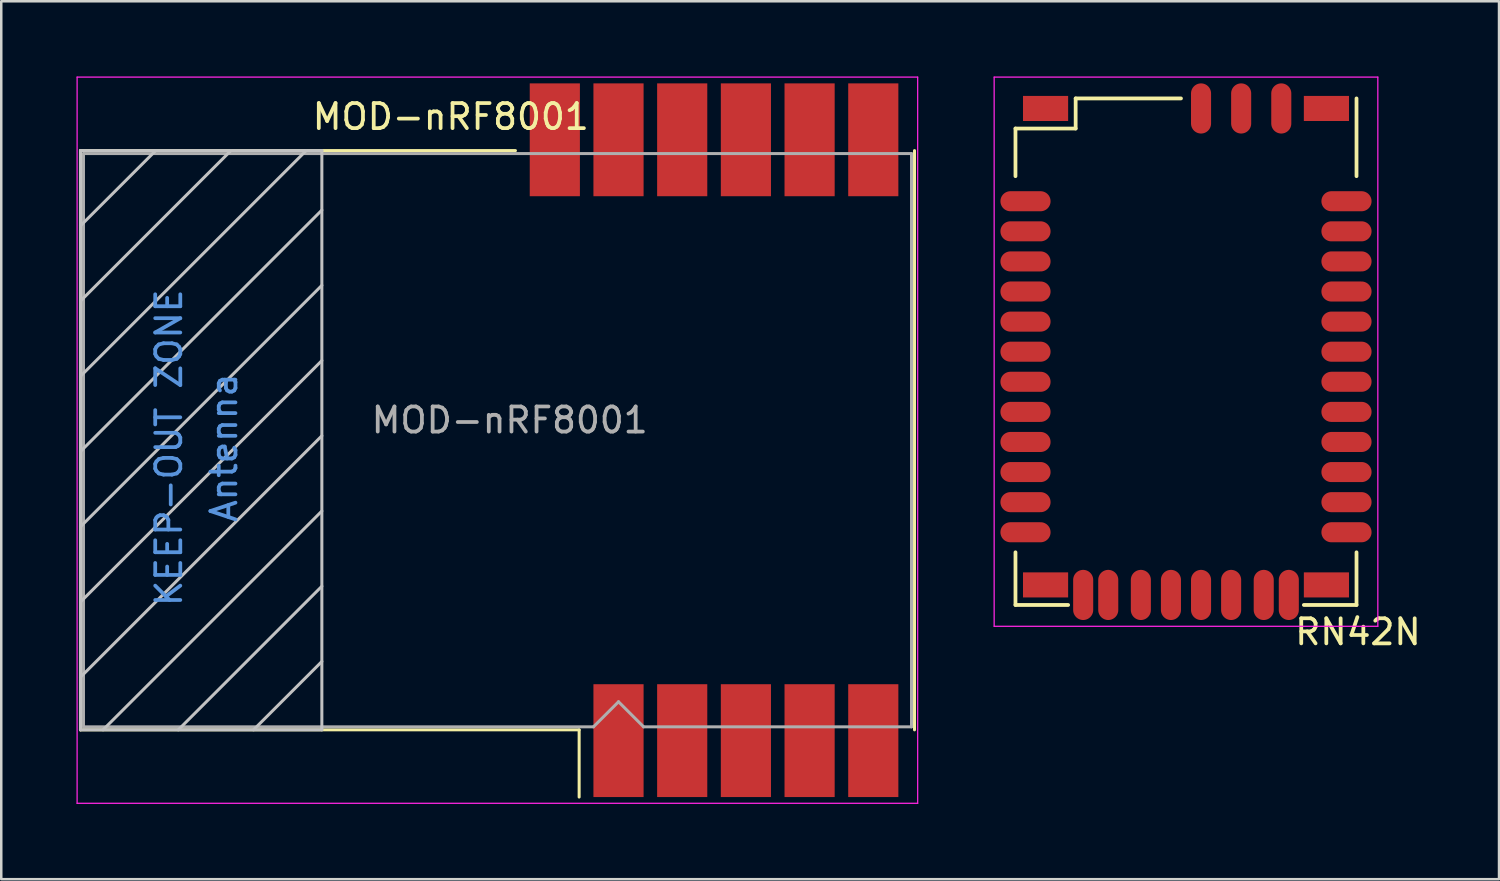
<source format=kicad_pcb>
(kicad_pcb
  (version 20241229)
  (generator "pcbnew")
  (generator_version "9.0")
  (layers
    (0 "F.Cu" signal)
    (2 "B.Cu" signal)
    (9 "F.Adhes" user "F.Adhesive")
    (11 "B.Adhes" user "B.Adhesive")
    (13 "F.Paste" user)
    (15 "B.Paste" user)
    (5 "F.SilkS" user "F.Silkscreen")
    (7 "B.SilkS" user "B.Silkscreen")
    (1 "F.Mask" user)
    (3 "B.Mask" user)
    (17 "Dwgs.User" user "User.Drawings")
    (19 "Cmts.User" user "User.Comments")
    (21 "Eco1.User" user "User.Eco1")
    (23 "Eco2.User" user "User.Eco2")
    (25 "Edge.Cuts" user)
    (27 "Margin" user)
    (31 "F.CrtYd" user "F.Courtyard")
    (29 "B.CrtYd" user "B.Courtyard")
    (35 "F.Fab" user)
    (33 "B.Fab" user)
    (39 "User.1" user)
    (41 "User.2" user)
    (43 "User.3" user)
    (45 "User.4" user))
  (footprint "RN42N"
    (layer "F.Cu")
    (at 44.245 10.975)
    (property "Reference" "RN42N" (at 6.858 11.176 0) (layer "F.SilkS") (effects (font (size 1 1) (thickness 0.15))))
    (attr smd)
    (fp_line (start -6.8 -8.9) (end -4.4 -8.9) (stroke (width 0.15) (type solid)) (layer "F.SilkS"))
    (fp_line (start -6.8 -7) (end -6.8 -8.9) (stroke (width 0.15) (type solid)) (layer "F.SilkS"))
    (fp_line (start -6.8 10.1) (end -6.8 8) (stroke (width 0.15) (type solid)) (layer "F.SilkS"))
    (fp_line (start -4.7 10.1) (end -6.8 10.1) (stroke (width 0.15) (type solid)) (layer "F.SilkS"))
    (fp_line (start -4.4 -10.1) (end -4.4 -8.9) (stroke (width 0.15) (type solid)) (layer "F.SilkS"))
    (fp_line (start -4.4 -10.1) (end -0.2 -10.1) (stroke (width 0.15) (type solid)) (layer "F.SilkS"))
    (fp_line (start 4.7 10.1) (end 6.8 10.1) (stroke (width 0.15) (type solid)) (layer "F.SilkS"))
    (fp_line (start 6.8 -10.1) (end 6.8 -7) (stroke (width 0.15) (type solid)) (layer "F.SilkS"))
    (fp_line (start 6.8 10.1) (end 6.8 8) (stroke (width 0.15) (type solid)) (layer "F.SilkS"))
    (fp_line (start -7.65 -10.95) (end 7.65 -10.95) (stroke (width 0.05) (type solid)) (layer "F.CrtYd"))
    (fp_line (start -7.65 10.95) (end -7.65 -10.95) (stroke (width 0.05) (type solid)) (layer "F.CrtYd"))
    (fp_line (start 7.65 -10.95) (end 7.65 10.95) (stroke (width 0.05) (type solid)) (layer "F.CrtYd"))
    (fp_line (start 7.65 10.95) (end -7.65 10.95) (stroke (width 0.05) (type solid)) (layer "F.CrtYd"))
    (pad "1" smd oval (at -6.4 -6) (size 2 0.8) (layers "F.Cu" "F.Mask" "F.Paste"))
    (pad "2" smd oval (at -6.4 -4.8) (size 2 0.8) (layers "F.Cu" "F.Mask" "F.Paste"))
    (pad "3" smd oval (at -6.4 -3.6) (size 2 0.8) (layers "F.Cu" "F.Mask" "F.Paste"))
    (pad "4" smd oval (at -6.4 -2.4) (size 2 0.8) (layers "F.Cu" "F.Mask" "F.Paste"))
    (pad "5" smd oval (at -6.4 -1.2) (size 2 0.8) (layers "F.Cu" "F.Mask" "F.Paste"))
    (pad "6" smd oval (at -6.4 0) (size 2 0.8) (layers "F.Cu" "F.Mask" "F.Paste"))
    (pad "7" smd oval (at -6.4 1.2) (size 2 0.8) (layers "F.Cu" "F.Mask" "F.Paste"))
    (pad "8" smd oval (at -6.4 2.4) (size 2 0.8) (layers "F.Cu" "F.Mask" "F.Paste"))
    (pad "9" smd oval (at -6.4 3.6) (size 2 0.8) (layers "F.Cu" "F.Mask" "F.Paste"))
    (pad "10" smd oval (at -6.4 4.8) (size 2 0.8) (layers "F.Cu" "F.Mask" "F.Paste"))
    (pad "11" smd oval (at -6.4 6) (size 2 0.8) (layers "F.Cu" "F.Mask" "F.Paste"))
    (pad "12" smd oval (at -6.4 7.2) (size 2 0.8) (layers "F.Cu" "F.Mask" "F.Paste"))
    (pad "13" smd oval (at 6.4 7.2) (size 2 0.8) (layers "F.Cu" "F.Mask" "F.Paste"))
    (pad "14" smd oval (at 6.4 6) (size 2 0.8) (layers "F.Cu" "F.Mask" "F.Paste"))
    (pad "15" smd oval (at 6.4 4.8) (size 2 0.8) (layers "F.Cu" "F.Mask" "F.Paste"))
    (pad "16" smd oval (at 6.4 3.6) (size 2 0.8) (layers "F.Cu" "F.Mask" "F.Paste"))
    (pad "17" smd oval (at 6.4 2.4) (size 2 0.8) (layers "F.Cu" "F.Mask" "F.Paste"))
    (pad "18" smd oval (at 6.4 1.2) (size 2 0.8) (layers "F.Cu" "F.Mask" "F.Paste"))
    (pad "19" smd oval (at 6.4 0) (size 2 0.8) (layers "F.Cu" "F.Mask" "F.Paste"))
    (pad "20" smd oval (at 6.4 -1.2) (size 2 0.8) (layers "F.Cu" "F.Mask" "F.Paste"))
    (pad "21" smd oval (at 6.4 -2.4) (size 2 0.8) (layers "F.Cu" "F.Mask" "F.Paste"))
    (pad "22" smd oval (at 6.4 -3.6) (size 2 0.8) (layers "F.Cu" "F.Mask" "F.Paste"))
    (pad "23" smd oval (at 6.4 -4.8) (size 2 0.8) (layers "F.Cu" "F.Mask" "F.Paste"))
    (pad "24" smd oval (at 6.4 -6) (size 2 0.8) (layers "F.Cu" "F.Mask" "F.Paste"))
    (pad "25" smd oval (at 3.8 -9.7 90) (size 2 0.8) (layers "F.Cu" "F.Mask" "F.Paste"))
    (pad "26" smd oval (at 2.2 -9.7 90) (size 2 0.8) (layers "F.Cu" "F.Mask" "F.Paste"))
    (pad "27" smd oval (at 0.6 -9.7 90) (size 2 0.8) (layers "F.Cu" "F.Mask" "F.Paste"))
    (pad "28" smd oval (at 3.1 9.7 90) (size 2 0.8) (layers "F.Cu" "F.Mask" "F.Paste"))
    (pad "29" smd oval (at -3.1 9.7 90) (size 2 0.8) (layers "F.Cu" "F.Mask" "F.Paste"))
    (pad "30" smd oval (at 4.1 9.7 90) (size 2 0.8) (layers "F.Cu" "F.Mask" "F.Paste"))
    (pad "31" smd oval (at 1.8 9.7 90) (size 2 0.8) (layers "F.Cu" "F.Mask" "F.Paste"))
    (pad "32" smd oval (at 0.6 9.7 90) (size 2 0.8) (layers "F.Cu" "F.Mask" "F.Paste"))
    (pad "33" smd oval (at -0.6 9.7 90) (size 2 0.8) (layers "F.Cu" "F.Mask" "F.Paste"))
    (pad "34" smd oval (at -1.8 9.7 90) (size 2 0.8) (layers "F.Cu" "F.Mask" "F.Paste"))
    (pad "35" smd oval (at -4.1 9.7 90) (size 2 0.8) (layers "F.Cu" "F.Mask" "F.Paste"))
    (pad "36" smd rect (at -5.6 -9.7) (size 1.8 1) (layers "F.Cu" "F.Mask" "F.Paste"))
    (pad "36" smd rect (at -5.6 9.3) (size 1.8 1) (layers "F.Cu" "F.Mask" "F.Paste"))
    (pad "36" smd rect (at 5.6 -9.7) (size 1.8 1) (layers "F.Cu" "F.Mask" "F.Paste"))
    (pad "36" smd rect (at 5.6 9.3) (size 1.8 1) (layers "F.Cu" "F.Mask" "F.Paste")))
  (footprint "MOD-nRF8001"
    (layer "F.Cu")
    (at 16.785 14.505)
    (property "Reference" "MOD-nRF8001" (at -1.86 -12.9 0) (layer "F.SilkS") (effects (font (size 1 1) (thickness 0.15))))
    (attr smd)
    (fp_line (start -16.626 -11.55) (end 0.72 -11.55) (stroke (width 0.12) (type solid)) (layer "F.SilkS"))
    (fp_line (start -16.626 11.55) (end -16.626 -11.55) (stroke (width 0.12) (type solid)) (layer "F.SilkS"))
    (fp_line (start 3.26 11.55) (end -16.626 11.55) (stroke (width 0.12) (type solid)) (layer "F.SilkS"))
    (fp_line (start 3.26 11.55) (end 3.26 14.23) (stroke (width 0.12) (type solid)) (layer "F.SilkS"))
    (fp_line (start 16.634 -11.55) (end 16.634 11.55) (stroke (width 0.12) (type solid)) (layer "F.SilkS"))
    (fp_line (start -16.626 -11.55) (end -7 -11.55) (stroke (width 0.12) (type solid)) (layer "Dwgs.User"))
    (fp_line (start -16.626 -8.55) (end -13.626 -11.55) (stroke (width 0.12) (type solid)) (layer "Dwgs.User"))
    (fp_line (start -16.626 -5.55) (end -10.626 -11.55) (stroke (width 0.12) (type solid)) (layer "Dwgs.User"))
    (fp_line (start -16.626 -2.55) (end -7.626 -11.55) (stroke (width 0.12) (type solid)) (layer "Dwgs.User"))
    (fp_line (start -16.626 0.45) (end -7 -9.176) (stroke (width 0.12) (type solid)) (layer "Dwgs.User"))
    (fp_line (start -16.626 3.45) (end -7 -6.176) (stroke (width 0.12) (type solid)) (layer "Dwgs.User"))
    (fp_line (start -16.626 6.45) (end -7 -3.176) (stroke (width 0.12) (type solid)) (layer "Dwgs.User"))
    (fp_line (start -16.626 9.45) (end -7 -0.176) (stroke (width 0.12) (type solid)) (layer "Dwgs.User"))
    (fp_line (start -16.626 11.55) (end -16.626 -11.55) (stroke (width 0.12) (type solid)) (layer "Dwgs.User"))
    (fp_line (start -15.726 11.55) (end -7 2.824) (stroke (width 0.12) (type solid)) (layer "Dwgs.User"))
    (fp_line (start -12.726 11.55) (end -7 5.824) (stroke (width 0.12) (type solid)) (layer "Dwgs.User"))
    (fp_line (start -9.726 11.55) (end -7 8.824) (stroke (width 0.12) (type solid)) (layer "Dwgs.User"))
    (fp_line (start -7 -11.55) (end -7 11.55) (stroke (width 0.12) (type solid)) (layer "Dwgs.User"))
    (fp_line (start -7 11.55) (end -16.626 11.55) (stroke (width 0.12) (type solid)) (layer "Dwgs.User"))
    (fp_line (start -16.76 -14.48) (end 16.76 -14.48) (stroke (width 0.05) (type solid)) (layer "F.CrtYd"))
    (fp_line (start -16.76 14.48) (end -16.76 -14.48) (stroke (width 0.05) (type solid)) (layer "F.CrtYd"))
    (fp_line (start 16.76 -14.48) (end 16.76 14.48) (stroke (width 0.05) (type solid)) (layer "F.CrtYd"))
    (fp_line (start 16.76 14.48) (end -16.76 14.48) (stroke (width 0.05) (type solid)) (layer "F.CrtYd"))
    (fp_line (start -16.506 -11.43) (end 16.514 -11.43) (stroke (width 0.12) (type solid)) (layer "F.Fab"))
    (fp_line (start -16.506 11.43) (end -16.506 -11.43) (stroke (width 0.12) (type solid)) (layer "F.Fab"))
    (fp_line (start 3.83 11.43) (end -16.506 11.43) (stroke (width 0.12) (type solid)) (layer "F.Fab"))
    (fp_line (start 4.83 10.43) (end 3.83 11.43) (stroke (width 0.12) (type solid)) (layer "F.Fab"))
    (fp_line (start 5.83 11.43) (end 4.83 10.43) (stroke (width 0.12) (type solid)) (layer "F.Fab"))
    (fp_line (start 16.514 -11.43) (end 16.514 11.43) (stroke (width 0.12) (type solid)) (layer "F.Fab"))
    (fp_line (start 16.514 11.43) (end 5.83 11.43) (stroke (width 0.12) (type solid)) (layer "F.Fab"))
    (fp_text user "KEEP-OUT ZONE" (at -13.1 0.3 90) (layer "Cmts.User") (effects (font (size 1 1) (thickness 0.15))))
    (fp_text user "Antenna" (at -10.9 0.3 90) (layer "Cmts.User") (effects (font (size 1 1) (thickness 0.15))))
    (fp_text user "${REFERENCE}" (at 0.49 -0.8 0) (layer "F.Fab") (effects (font (size 1 1) (thickness 0.15))))
    (pad "1" smd rect (at 4.83 11.98) (size 2 4.5) (layers "F.Cu" "F.Mask" "F.Paste"))
    (pad "2" smd rect (at 7.37 11.98) (size 2 4.5) (layers "F.Cu" "F.Mask" "F.Paste"))
    (pad "3" smd rect (at 9.91 11.98) (size 2 4.5) (layers "F.Cu" "F.Mask" "F.Paste"))
    (pad "4" smd rect (at 12.45 11.98) (size 2 4.5) (layers "F.Cu" "F.Mask" "F.Paste"))
    (pad "5" smd rect (at 14.99 11.98) (size 2 4.5) (layers "F.Cu" "F.Mask" "F.Paste"))
    (pad "6" smd rect (at 14.99 -11.98) (size 2 4.5) (layers "F.Cu" "F.Mask" "F.Paste"))
    (pad "7" smd rect (at 12.45 -11.98) (size 2 4.5) (layers "F.Cu" "F.Mask" "F.Paste"))
    (pad "8" smd rect (at 9.91 -11.98) (size 2 4.5) (layers "F.Cu" "F.Mask" "F.Paste"))
    (pad "9" smd rect (at 7.37 -11.98) (size 2 4.5) (layers "F.Cu" "F.Mask" "F.Paste"))
    (pad "10" smd rect (at 4.83 -11.98) (size 2 4.5) (layers "F.Cu" "F.Mask" "F.Paste"))
    (pad "11" smd rect (at 2.29 -11.98) (size 2 4.5) (layers "F.Cu" "F.Mask" "F.Paste")))
  (gr_rect
    (start -3 -3)
    (end 56.728 32.01)
    (stroke (width 0.1) (type default))
    (fill no)
    (layer "Edge.Cuts")))
</source>
